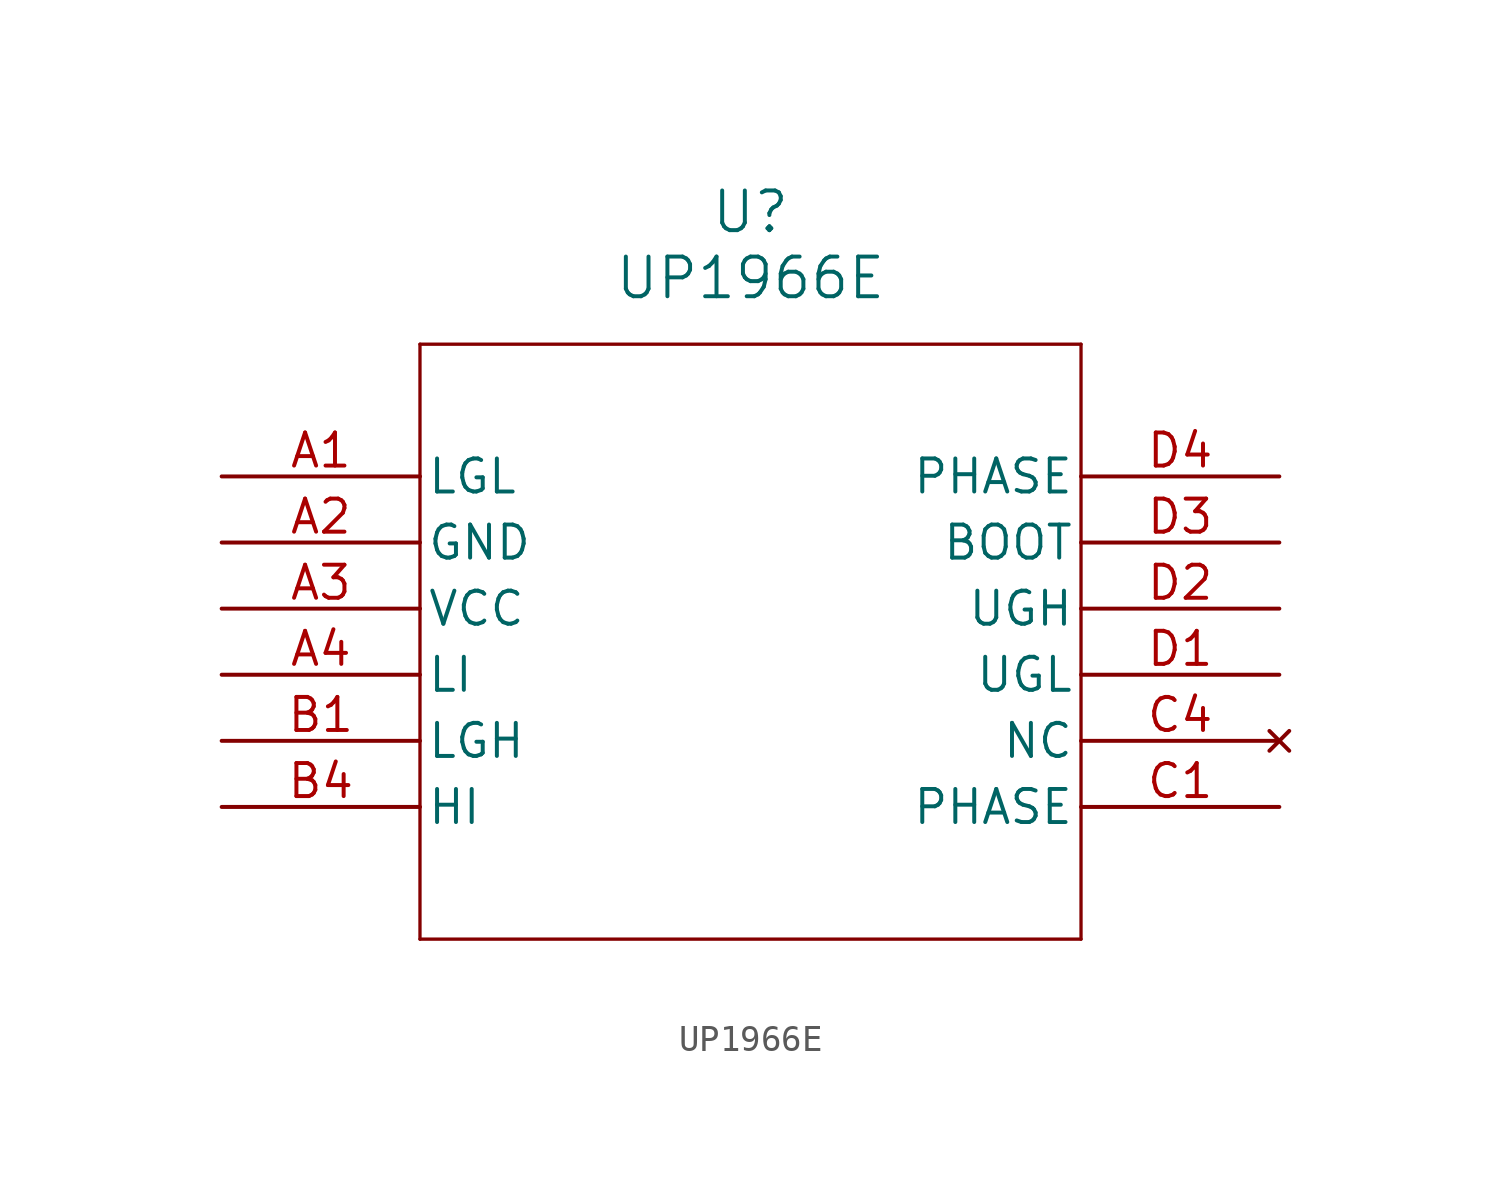
<source format=kicad_sym>
(kicad_symbol_lib
  (version 20211014)
  (generator kicad_symbol_editor)
  (symbol "UP1966E"
    (pin_names
      (offset 0.254))
    (property "Reference" "U"
      (at 20.32 10.16 0)
      (effects (font (size 1.524 1.524))))
    (property "Value" "UP1966E"
      (at 20.32 7.62 0)
      (effects (font (size 1.524 1.524))))
    (symbol "UP1966E_0_1"
      (polyline (pts (xy 7.62 5.08) (xy 7.62 -17.78)) (stroke (width 0.127) (type default) (color 0 0 0 0)) (fill (type none)))
      (polyline (pts (xy 7.62 -17.78) (xy 33.02 -17.78)) (stroke (width 0.127) (type default) (color 0 0 0 0)) (fill (type none)))
      (polyline (pts (xy 33.02 -17.78) (xy 33.02 5.08)) (stroke (width 0.127) (type default) (color 0 0 0 0)) (fill (type none)))
      (polyline (pts (xy 33.02 5.08) (xy 7.62 5.08)) (stroke (width 0.127) (type default) (color 0 0 0 0)) (fill (type none)))
      (pin output line (at 0 0 0) (length 7.62) (name "LGL" (effects (font (size 1.27 1.27)))) (number "A1" (effects (font (size 1.27 1.27)))))
      (pin power_out line (at 0 -2.54 0) (length 7.62) (name "GND" (effects (font (size 1.27 1.27)))) (number "A2" (effects (font (size 1.27 1.27)))))
      (pin power_in line (at 0 -5.08 0) (length 7.62) (name "VCC" (effects (font (size 1.27 1.27)))) (number "A3" (effects (font (size 1.27 1.27)))))
      (pin input line (at 0 -7.62 0) (length 7.62) (name "LI" (effects (font (size 1.27 1.27)))) (number "A4" (effects (font (size 1.27 1.27)))))
      (pin output line (at 0 -10.16 0) (length 7.62) (name "LGH" (effects (font (size 1.27 1.27)))) (number "B1" (effects (font (size 1.27 1.27)))))
      (pin input line (at 0 -12.7 0) (length 7.62) (name "HI" (effects (font (size 1.27 1.27)))) (number "B4" (effects (font (size 1.27 1.27)))))
      (pin unspecified line (at 40.64 -12.7 180) (length 7.62) (name "PHASE" (effects (font (size 1.27 1.27)))) (number "C1" (effects (font (size 1.27 1.27)))))
      (pin no_connect line (at 40.64 -10.16 180) (length 7.62) (name "NC" (effects (font (size 1.27 1.27)))) (number "C4" (effects (font (size 1.27 1.27)))))
      (pin output line (at 40.64 -7.62 180) (length 7.62) (name "UGL" (effects (font (size 1.27 1.27)))) (number "D1" (effects (font (size 1.27 1.27)))))
      (pin output line (at 40.64 -5.08 180) (length 7.62) (name "UGH" (effects (font (size 1.27 1.27)))) (number "D2" (effects (font (size 1.27 1.27)))))
      (pin power_in line (at 40.64 -2.54 180) (length 7.62) (name "BOOT" (effects (font (size 1.27 1.27)))) (number "D3" (effects (font (size 1.27 1.27)))))
      (pin unspecified line (at 40.64 0 180) (length 7.62) (name "PHASE" (effects (font (size 1.27 1.27)))) (number "D4" (effects (font (size 1.27 1.27))))))))
</source>
